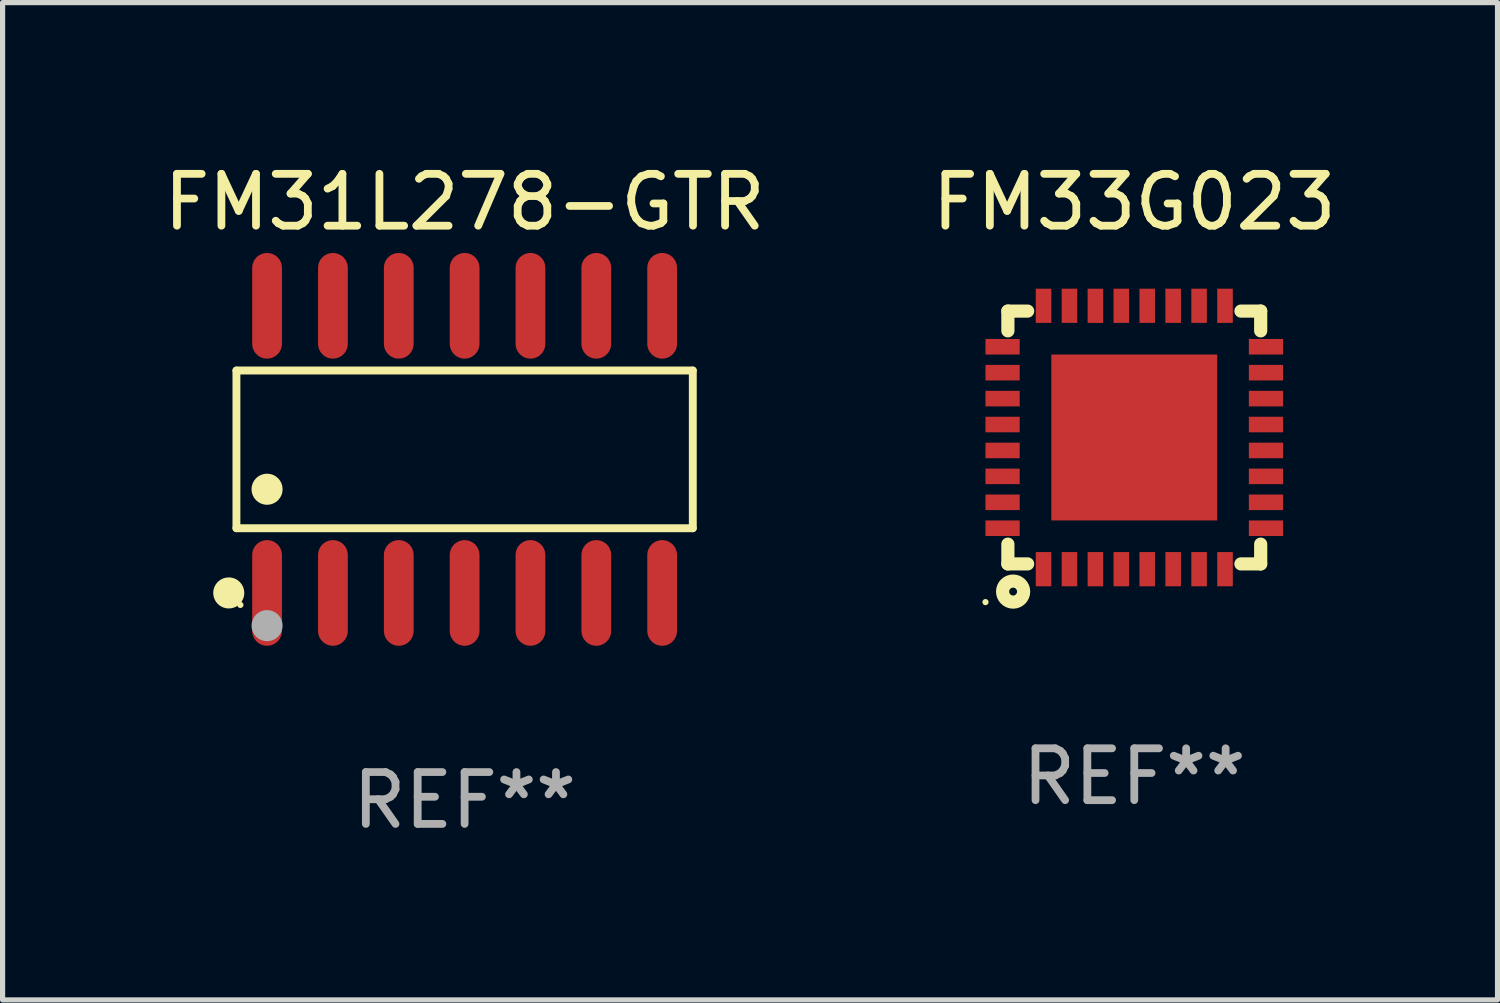
<source format=kicad_pcb>
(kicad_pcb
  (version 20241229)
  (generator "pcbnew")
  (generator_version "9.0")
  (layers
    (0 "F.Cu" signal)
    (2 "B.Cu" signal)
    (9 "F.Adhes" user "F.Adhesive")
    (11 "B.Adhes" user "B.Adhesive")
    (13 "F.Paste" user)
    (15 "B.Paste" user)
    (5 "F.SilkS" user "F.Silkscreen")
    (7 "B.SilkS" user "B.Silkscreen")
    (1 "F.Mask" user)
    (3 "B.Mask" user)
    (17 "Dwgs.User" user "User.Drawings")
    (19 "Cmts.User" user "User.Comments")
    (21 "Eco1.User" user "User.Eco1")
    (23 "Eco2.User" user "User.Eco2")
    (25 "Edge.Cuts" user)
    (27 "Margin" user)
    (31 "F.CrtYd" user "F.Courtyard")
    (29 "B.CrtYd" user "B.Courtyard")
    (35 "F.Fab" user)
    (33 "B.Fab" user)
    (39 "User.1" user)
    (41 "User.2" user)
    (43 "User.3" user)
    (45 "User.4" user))
  (footprint "FM31L278-GTR"
    (layer "F.Cu")
    (at 5.911 5.617)
    (property "Reference" "FM31L278-GTR" (at 0 -4.769 0) (layer "F.SilkS") (effects (font (size 1 1) (thickness 0.15))))
    (attr through_hole)
    (fp_line (start -4.401 -1.521) (end 4.401 -1.521) (stroke (width 0.152) (type solid)) (layer "F.SilkS"))
    (fp_line (start -4.401 1.521) (end -4.401 -1.521) (stroke (width 0.152) (type solid)) (layer "F.SilkS"))
    (fp_line (start 4.401 -1.521) (end 4.401 1.521) (stroke (width 0.152) (type solid)) (layer "F.SilkS"))
    (fp_line (start 4.401 1.521) (end -4.401 1.521) (stroke (width 0.152) (type solid)) (layer "F.SilkS"))
    (fp_circle (center -4.549 2.769) (end -4.399 2.769) (stroke (width 0.3) (type solid)) (fill no) (layer "F.SilkS"))
    (fp_circle (center -4.325 3) (end -4.295 3) (stroke (width 0.06) (type solid)) (fill no) (layer "F.SilkS"))
    (fp_circle (center -3.81 0.769) (end -3.66 0.769) (stroke (width 0.3) (type solid)) (fill no) (layer "F.SilkS"))
    (fp_circle (center -3.81 3.4) (end -3.66 3.4) (stroke (width 0.3) (type solid)) (fill no) (layer "F.Fab"))
    (fp_text user "REF**" (at 0 6.769 0) (layer "F.Fab") (effects (font (size 1 1) (thickness 0.15))))
    (pad "1" smd oval (at -3.81 2.769) (size 0.574 2.038) (layers "F.Cu" "F.Mask" "F.Paste"))
    (pad "2" smd oval (at -2.54 2.769) (size 0.574 2.038) (layers "F.Cu" "F.Mask" "F.Paste"))
    (pad "3" smd oval (at -1.27 2.769) (size 0.574 2.038) (layers "F.Cu" "F.Mask" "F.Paste"))
    (pad "4" smd oval (at 0 2.769) (size 0.574 2.038) (layers "F.Cu" "F.Mask" "F.Paste"))
    (pad "5" smd oval (at 1.27 2.769) (size 0.574 2.038) (layers "F.Cu" "F.Mask" "F.Paste"))
    (pad "6" smd oval (at 2.54 2.769) (size 0.574 2.038) (layers "F.Cu" "F.Mask" "F.Paste"))
    (pad "7" smd oval (at 3.81 2.769) (size 0.574 2.038) (layers "F.Cu" "F.Mask" "F.Paste"))
    (pad "8" smd oval (at 3.81 -2.769) (size 0.574 2.038) (layers "F.Cu" "F.Mask" "F.Paste"))
    (pad "9" smd oval (at 2.54 -2.769) (size 0.574 2.038) (layers "F.Cu" "F.Mask" "F.Paste"))
    (pad "10" smd oval (at 1.27 -2.769) (size 0.574 2.038) (layers "F.Cu" "F.Mask" "F.Paste"))
    (pad "11" smd oval (at 0 -2.769) (size 0.574 2.038) (layers "F.Cu" "F.Mask" "F.Paste"))
    (pad "12" smd oval (at -1.27 -2.769) (size 0.574 2.038) (layers "F.Cu" "F.Mask" "F.Paste"))
    (pad "13" smd oval (at -2.54 -2.769) (size 0.574 2.038) (layers "F.Cu" "F.Mask" "F.Paste"))
    (pad "14" smd oval (at -3.81 -2.769) (size 0.574 2.038) (layers "F.Cu" "F.Mask" "F.Paste")))
  (footprint "FM33G023"
    (layer "F.Cu")
    (at 18.827 5.388)
    (property "Reference" "FM33G023" (at 0 -4.54 0) (layer "F.SilkS") (effects (font (size 1 1) (thickness 0.15))))
    (attr through_hole)
    (fp_line (start -2.438 -2.438) (end -2.057 -2.438) (stroke (width 0.254) (type solid)) (layer "F.SilkS"))
    (fp_line (start -2.438 -2.057) (end -2.438 -2.438) (stroke (width 0.254) (type solid)) (layer "F.SilkS"))
    (fp_line (start -2.438 2.438) (end -2.438 2.057) (stroke (width 0.254) (type solid)) (layer "F.SilkS"))
    (fp_line (start -2.057 2.438) (end -2.438 2.438) (stroke (width 0.254) (type solid)) (layer "F.SilkS"))
    (fp_line (start 2.057 -2.438) (end 2.438 -2.438) (stroke (width 0.254) (type solid)) (layer "F.SilkS"))
    (fp_line (start 2.438 -2.438) (end 2.438 -2.057) (stroke (width 0.254) (type solid)) (layer "F.SilkS"))
    (fp_line (start 2.438 2.057) (end 2.438 2.438) (stroke (width 0.254) (type solid)) (layer "F.SilkS"))
    (fp_line (start 2.438 2.438) (end 2.057 2.438) (stroke (width 0.254) (type solid)) (layer "F.SilkS"))
    (fp_circle (center -2.87 3.175) (end -2.84 3.175) (stroke (width 0.06) (type solid)) (fill no) (layer "F.SilkS"))
    (fp_circle (center -2.337 2.972) (end -2.261 2.972) (stroke (width 0.254) (type solid)) (fill no) (layer "F.SilkS"))
    (fp_text user "REF**" (at 0 6.54 0) (layer "F.Fab") (effects (font (size 1 1) (thickness 0.15))))
    (pad "1" smd rect (at -1.75 2.54 90) (size 0.66 0.3) (layers "F.Cu" "F.Mask" "F.Paste"))
    (pad "2" smd rect (at -1.25 2.54 90) (size 0.66 0.3) (layers "F.Cu" "F.Mask" "F.Paste"))
    (pad "3" smd rect (at -0.75 2.54 90) (size 0.66 0.3) (layers "F.Cu" "F.Mask" "F.Paste"))
    (pad "4" smd rect (at -0.25 2.54 90) (size 0.66 0.3) (layers "F.Cu" "F.Mask" "F.Paste"))
    (pad "5" smd rect (at 0.25 2.54 90) (size 0.66 0.3) (layers "F.Cu" "F.Mask" "F.Paste"))
    (pad "6" smd rect (at 0.75 2.54 90) (size 0.66 0.3) (layers "F.Cu" "F.Mask" "F.Paste"))
    (pad "7" smd rect (at 1.25 2.54 90) (size 0.66 0.3) (layers "F.Cu" "F.Mask" "F.Paste"))
    (pad "8" smd rect (at 1.75 2.54 90) (size 0.66 0.3) (layers "F.Cu" "F.Mask" "F.Paste"))
    (pad "9" smd rect (at 2.54 1.75 90) (size 0.3 0.66) (layers "F.Cu" "F.Mask" "F.Paste"))
    (pad "10" smd rect (at 2.54 1.25 90) (size 0.3 0.66) (layers "F.Cu" "F.Mask" "F.Paste"))
    (pad "11" smd rect (at 2.54 0.75 90) (size 0.3 0.66) (layers "F.Cu" "F.Mask" "F.Paste"))
    (pad "12" smd rect (at 2.54 0.25 90) (size 0.3 0.66) (layers "F.Cu" "F.Mask" "F.Paste"))
    (pad "13" smd rect (at 2.54 -0.25 90) (size 0.3 0.66) (layers "F.Cu" "F.Mask" "F.Paste"))
    (pad "14" smd rect (at 2.54 -0.75 90) (size 0.3 0.66) (layers "F.Cu" "F.Mask" "F.Paste"))
    (pad "15" smd rect (at 2.54 -1.25 90) (size 0.3 0.66) (layers "F.Cu" "F.Mask" "F.Paste"))
    (pad "16" smd rect (at 2.54 -1.75 90) (size 0.3 0.66) (layers "F.Cu" "F.Mask" "F.Paste"))
    (pad "17" smd rect (at 1.75 -2.54 90) (size 0.66 0.3) (layers "F.Cu" "F.Mask" "F.Paste"))
    (pad "18" smd rect (at 1.25 -2.54 90) (size 0.66 0.3) (layers "F.Cu" "F.Mask" "F.Paste"))
    (pad "19" smd rect (at 0.75 -2.54 90) (size 0.66 0.3) (layers "F.Cu" "F.Mask" "F.Paste"))
    (pad "20" smd rect (at 0.25 -2.54 90) (size 0.66 0.3) (layers "F.Cu" "F.Mask" "F.Paste"))
    (pad "21" smd rect (at -0.25 -2.54 90) (size 0.66 0.3) (layers "F.Cu" "F.Mask" "F.Paste"))
    (pad "22" smd rect (at -0.75 -2.54 90) (size 0.66 0.3) (layers "F.Cu" "F.Mask" "F.Paste"))
    (pad "23" smd rect (at -1.25 -2.54 90) (size 0.66 0.3) (layers "F.Cu" "F.Mask" "F.Paste"))
    (pad "24" smd rect (at -1.75 -2.54 90) (size 0.66 0.3) (layers "F.Cu" "F.Mask" "F.Paste"))
    (pad "25" smd rect (at -2.54 -1.75 90) (size 0.3 0.66) (layers "F.Cu" "F.Mask" "F.Paste"))
    (pad "26" smd rect (at -2.54 -1.25 90) (size 0.3 0.66) (layers "F.Cu" "F.Mask" "F.Paste"))
    (pad "27" smd rect (at -2.54 -0.75 90) (size 0.3 0.66) (layers "F.Cu" "F.Mask" "F.Paste"))
    (pad "28" smd rect (at -2.54 -0.25 90) (size 0.3 0.66) (layers "F.Cu" "F.Mask" "F.Paste"))
    (pad "29" smd rect (at -2.54 0.25 90) (size 0.3 0.66) (layers "F.Cu" "F.Mask" "F.Paste"))
    (pad "30" smd rect (at -2.54 0.75 90) (size 0.3 0.66) (layers "F.Cu" "F.Mask" "F.Paste"))
    (pad "31" smd rect (at -2.54 1.25 90) (size 0.3 0.66) (layers "F.Cu" "F.Mask" "F.Paste"))
    (pad "32" smd rect (at -2.54 1.75 90) (size 0.3 0.66) (layers "F.Cu" "F.Mask" "F.Paste"))
    (pad "33" smd rect (at 0 0 90) (size 3.2 3.2) (layers "F.Cu" "F.Mask" "F.Paste")))
  (gr_rect
    (start -3 -3)
    (end 25.833 16.235)
    (stroke (width 0.1) (type default))
    (fill no)
    (layer "Edge.Cuts")))
</source>
